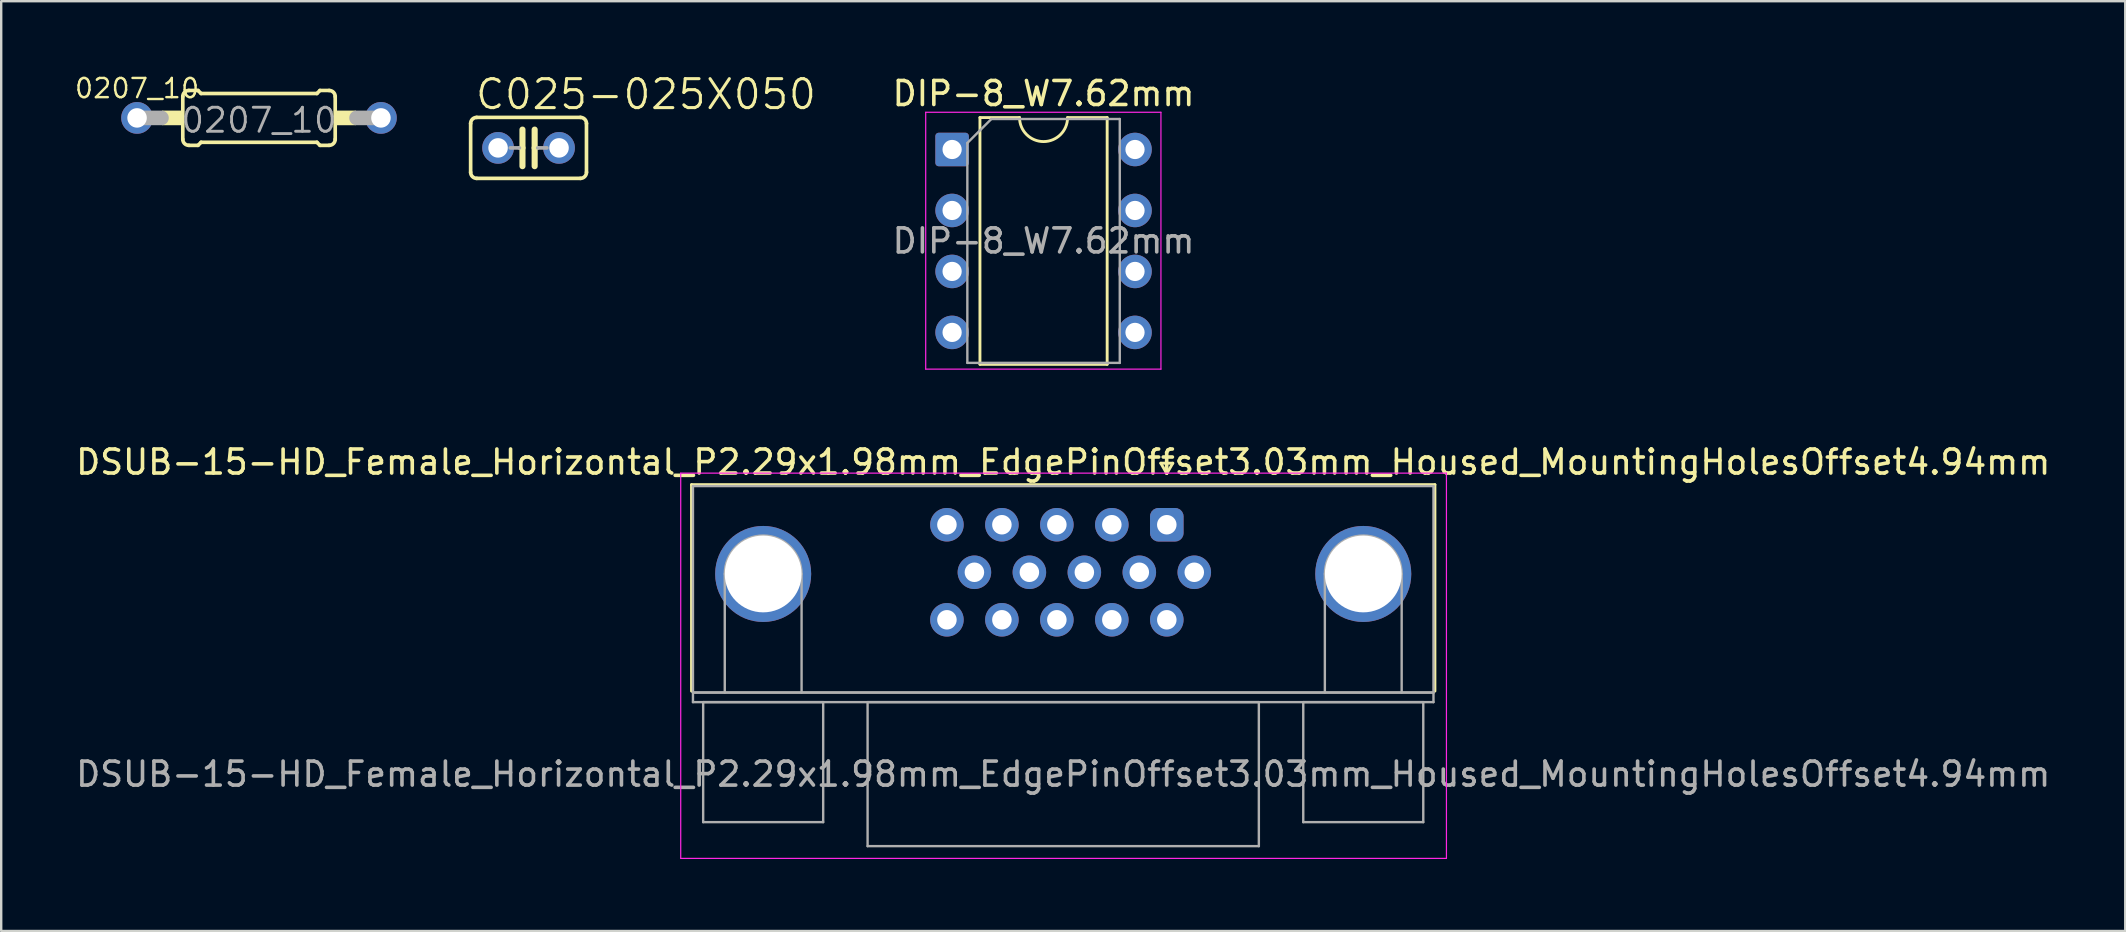
<source format=kicad_pcb>
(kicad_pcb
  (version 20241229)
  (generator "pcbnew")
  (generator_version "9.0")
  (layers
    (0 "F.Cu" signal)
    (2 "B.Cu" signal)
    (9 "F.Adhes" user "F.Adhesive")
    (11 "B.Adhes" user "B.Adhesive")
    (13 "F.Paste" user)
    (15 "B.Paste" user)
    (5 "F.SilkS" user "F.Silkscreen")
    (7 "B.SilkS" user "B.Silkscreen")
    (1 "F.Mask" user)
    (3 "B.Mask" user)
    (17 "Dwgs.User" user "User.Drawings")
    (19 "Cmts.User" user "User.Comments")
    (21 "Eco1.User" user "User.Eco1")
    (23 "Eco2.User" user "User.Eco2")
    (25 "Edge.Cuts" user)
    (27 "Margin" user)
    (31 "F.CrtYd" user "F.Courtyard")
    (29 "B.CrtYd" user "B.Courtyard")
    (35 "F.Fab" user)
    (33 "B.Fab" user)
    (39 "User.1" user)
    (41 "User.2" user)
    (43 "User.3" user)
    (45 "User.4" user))
  (footprint "DSUB-15-HD_Female_Horizontal_P2.29x1.98mm_EdgePinOffset3.03mm_Housed_MountingHolesOffset4.94mm"
    (layer "F.Cu")
    (at 45.559 18.811)
    (property "Reference" "DSUB-15-HD_Female_Horizontal_P2.29x1.98mm_EdgePinOffset3.03mm_Housed_MountingHolesOffset4.94mm" (at -4.315 -2.61 0) (layer "F.SilkS") (effects (font (size 1 1) (thickness 0.15))))
    (attr through_hole)
    (fp_line (start -19.8 -1.67) (end 11.17 -1.67) (stroke (width 0.12) (type solid)) (layer "F.SilkS"))
    (fp_line (start -19.8 6.93) (end -19.8 -1.67) (stroke (width 0.12) (type solid)) (layer "F.SilkS"))
    (fp_line (start -0.25 -2.564) (end 0.25 -2.564) (stroke (width 0.12) (type solid)) (layer "F.SilkS"))
    (fp_line (start 0 -2.131) (end -0.25 -2.564) (stroke (width 0.12) (type solid)) (layer "F.SilkS"))
    (fp_line (start 0.25 -2.564) (end 0 -2.131) (stroke (width 0.12) (type solid)) (layer "F.SilkS"))
    (fp_line (start 11.17 -1.67) (end 11.17 6.93) (stroke (width 0.12) (type solid)) (layer "F.SilkS"))
    (fp_line (start -20.25 -2.15) (end -20.25 13.9) (stroke (width 0.05) (type solid)) (layer "F.CrtYd"))
    (fp_line (start -20.25 13.9) (end 11.65 13.9) (stroke (width 0.05) (type solid)) (layer "F.CrtYd"))
    (fp_line (start 11.65 -2.15) (end -20.25 -2.15) (stroke (width 0.05) (type solid)) (layer "F.CrtYd"))
    (fp_line (start 11.65 13.9) (end 11.65 -2.15) (stroke (width 0.05) (type solid)) (layer "F.CrtYd"))
    (fp_line (start -19.74 -1.61) (end -19.74 6.99) (stroke (width 0.1) (type solid)) (layer "F.Fab"))
    (fp_line (start -19.74 6.99) (end -19.74 7.39) (stroke (width 0.1) (type solid)) (layer "F.Fab"))
    (fp_line (start -19.74 6.99) (end 11.11 6.99) (stroke (width 0.1) (type solid)) (layer "F.Fab"))
    (fp_line (start -19.74 7.39) (end 11.11 7.39) (stroke (width 0.1) (type solid)) (layer "F.Fab"))
    (fp_line (start -19.315 7.39) (end -19.315 12.39) (stroke (width 0.1) (type solid)) (layer "F.Fab"))
    (fp_line (start -19.315 12.39) (end -14.315 12.39) (stroke (width 0.1) (type solid)) (layer "F.Fab"))
    (fp_line (start -18.415 6.99) (end -18.415 2.05) (stroke (width 0.1) (type solid)) (layer "F.Fab"))
    (fp_line (start -15.215 6.99) (end -15.215 2.05) (stroke (width 0.1) (type solid)) (layer "F.Fab"))
    (fp_line (start -14.315 7.39) (end -19.315 7.39) (stroke (width 0.1) (type solid)) (layer "F.Fab"))
    (fp_line (start -14.315 12.39) (end -14.315 7.39) (stroke (width 0.1) (type solid)) (layer "F.Fab"))
    (fp_line (start -12.465 7.39) (end -12.465 13.39) (stroke (width 0.1) (type solid)) (layer "F.Fab"))
    (fp_line (start -12.465 13.39) (end 3.835 13.39) (stroke (width 0.1) (type solid)) (layer "F.Fab"))
    (fp_line (start 3.835 7.39) (end -12.465 7.39) (stroke (width 0.1) (type solid)) (layer "F.Fab"))
    (fp_line (start 3.835 13.39) (end 3.835 7.39) (stroke (width 0.1) (type solid)) (layer "F.Fab"))
    (fp_line (start 5.685 7.39) (end 5.685 12.39) (stroke (width 0.1) (type solid)) (layer "F.Fab"))
    (fp_line (start 5.685 12.39) (end 10.685 12.39) (stroke (width 0.1) (type solid)) (layer "F.Fab"))
    (fp_line (start 6.585 6.99) (end 6.585 2.05) (stroke (width 0.1) (type solid)) (layer "F.Fab"))
    (fp_line (start 9.785 6.99) (end 9.785 2.05) (stroke (width 0.1) (type solid)) (layer "F.Fab"))
    (fp_line (start 10.685 7.39) (end 5.685 7.39) (stroke (width 0.1) (type solid)) (layer "F.Fab"))
    (fp_line (start 10.685 12.39) (end 10.685 7.39) (stroke (width 0.1) (type solid)) (layer "F.Fab"))
    (fp_line (start 11.11 -1.61) (end -19.74 -1.61) (stroke (width 0.1) (type solid)) (layer "F.Fab"))
    (fp_line (start 11.11 6.99) (end -19.74 6.99) (stroke (width 0.1) (type solid)) (layer "F.Fab"))
    (fp_line (start 11.11 6.99) (end 11.11 -1.61) (stroke (width 0.1) (type solid)) (layer "F.Fab"))
    (fp_line (start 11.11 7.39) (end 11.11 6.99) (stroke (width 0.1) (type solid)) (layer "F.Fab"))
    (fp_arc (start -18.415 2.05) (mid -16.815 0.45) (end -15.215 2.05) (stroke (width 0.1) (type solid)) (layer "F.Fab"))
    (fp_arc (start 6.585 2.05) (mid 8.185 0.45) (end 9.785 2.05) (stroke (width 0.1) (type solid)) (layer "F.Fab"))
    (fp_text user "${REFERENCE}" (at -4.315 10.39 0) (layer "F.Fab") (effects (font (size 1 1) (thickness 0.15))))
    (pad "0" thru_hole circle (at -16.815 2.05) (size 4 4) (drill 3.2) (layers "*.Cu" "*.Mask"))
    (pad "0" thru_hole circle (at 8.185 2.05) (size 4 4) (drill 3.2) (layers "*.Cu" "*.Mask"))
    (pad "1" thru_hole roundrect (at 0 0) (size 1.397 1.397) (drill 0.813) (layers "*.Cu" "*.Mask") (roundrect_rratio 0.25))
    (pad "2" thru_hole circle (at -2.29 0) (size 1.397 1.397) (drill 0.813) (layers "*.Cu" "*.Mask"))
    (pad "3" thru_hole circle (at -4.58 0) (size 1.397 1.397) (drill 0.813) (layers "*.Cu" "*.Mask"))
    (pad "4" thru_hole circle (at -6.87 0) (size 1.397 1.397) (drill 0.813) (layers "*.Cu" "*.Mask"))
    (pad "5" thru_hole circle (at -9.16 0) (size 1.397 1.397) (drill 0.813) (layers "*.Cu" "*.Mask"))
    (pad "6" thru_hole circle (at 1.145 1.98) (size 1.397 1.397) (drill 0.813) (layers "*.Cu" "*.Mask"))
    (pad "7" thru_hole circle (at -1.145 1.98) (size 1.397 1.397) (drill 0.813) (layers "*.Cu" "*.Mask"))
    (pad "8" thru_hole circle (at -3.435 1.98) (size 1.397 1.397) (drill 0.813) (layers "*.Cu" "*.Mask"))
    (pad "9" thru_hole circle (at -5.725 1.98) (size 1.397 1.397) (drill 0.813) (layers "*.Cu" "*.Mask"))
    (pad "10" thru_hole circle (at -8.015 1.98) (size 1.397 1.397) (drill 0.813) (layers "*.Cu" "*.Mask"))
    (pad "11" thru_hole circle (at 0 3.96) (size 1.397 1.397) (drill 0.813) (layers "*.Cu" "*.Mask"))
    (pad "12" thru_hole circle (at -2.29 3.96) (size 1.397 1.397) (drill 0.813) (layers "*.Cu" "*.Mask"))
    (pad "13" thru_hole circle (at -4.58 3.96) (size 1.397 1.397) (drill 0.813) (layers "*.Cu" "*.Mask"))
    (pad "14" thru_hole circle (at -6.87 3.96) (size 1.397 1.397) (drill 0.813) (layers "*.Cu" "*.Mask"))
    (pad "15" thru_hole circle (at -9.16 3.96) (size 1.397 1.397) (drill 0.813) (layers "*.Cu" "*.Mask")))
  (footprint "DIP-8_W7.62mm"
    (layer "F.Cu")
    (at 36.615 3.178)
    (property "Reference" "DIP-8_W7.62mm" (at 3.81 -2.33 0) (layer "F.SilkS") (effects (font (size 1 1) (thickness 0.15))))
    (attr through_hole)
    (fp_line (start 1.16 -1.33) (end 1.16 8.95) (stroke (width 0.12) (type solid)) (layer "F.SilkS"))
    (fp_line (start 1.16 8.95) (end 6.46 8.95) (stroke (width 0.12) (type solid)) (layer "F.SilkS"))
    (fp_line (start 2.81 -1.33) (end 1.16 -1.33) (stroke (width 0.12) (type solid)) (layer "F.SilkS"))
    (fp_line (start 6.46 -1.33) (end 4.81 -1.33) (stroke (width 0.12) (type solid)) (layer "F.SilkS"))
    (fp_line (start 6.46 8.95) (end 6.46 -1.33) (stroke (width 0.12) (type solid)) (layer "F.SilkS"))
    (fp_arc (start 4.81 -1.33) (mid 3.81 -0.33) (end 2.81 -1.33) (stroke (width 0.12) (type solid)) (layer "F.SilkS"))
    (fp_line (start -1.1 -1.55) (end -1.1 9.15) (stroke (width 0.05) (type solid)) (layer "F.CrtYd"))
    (fp_line (start -1.1 9.15) (end 8.7 9.15) (stroke (width 0.05) (type solid)) (layer "F.CrtYd"))
    (fp_line (start 8.7 -1.55) (end -1.1 -1.55) (stroke (width 0.05) (type solid)) (layer "F.CrtYd"))
    (fp_line (start 8.7 9.15) (end 8.7 -1.55) (stroke (width 0.05) (type solid)) (layer "F.CrtYd"))
    (fp_line (start 0.635 -0.27) (end 1.635 -1.27) (stroke (width 0.1) (type solid)) (layer "F.Fab"))
    (fp_line (start 0.635 8.89) (end 0.635 -0.27) (stroke (width 0.1) (type solid)) (layer "F.Fab"))
    (fp_line (start 1.635 -1.27) (end 6.985 -1.27) (stroke (width 0.1) (type solid)) (layer "F.Fab"))
    (fp_line (start 6.985 -1.27) (end 6.985 8.89) (stroke (width 0.1) (type solid)) (layer "F.Fab"))
    (fp_line (start 6.985 8.89) (end 0.635 8.89) (stroke (width 0.1) (type solid)) (layer "F.Fab"))
    (fp_text user "${REFERENCE}" (at 3.81 3.81 0) (layer "F.Fab") (effects (font (size 1 1) (thickness 0.15))))
    (pad "1" thru_hole roundrect (at 0 0) (size 1.397 1.397) (drill 0.8) (layers "*.Cu" "*.Mask") (roundrect_rratio 0.1))
    (pad "2" thru_hole circle (at 0 2.54) (size 1.397 1.397) (drill 0.8) (layers "*.Cu" "*.Mask"))
    (pad "3" thru_hole circle (at 0 5.08) (size 1.397 1.397) (drill 0.8) (layers "*.Cu" "*.Mask"))
    (pad "4" thru_hole circle (at 0 7.62) (size 1.397 1.397) (drill 0.8) (layers "*.Cu" "*.Mask"))
    (pad "5" thru_hole circle (at 7.62 7.62) (size 1.397 1.397) (drill 0.8) (layers "*.Cu" "*.Mask"))
    (pad "6" thru_hole circle (at 7.62 5.08) (size 1.397 1.397) (drill 0.8) (layers "*.Cu" "*.Mask"))
    (pad "7" thru_hole circle (at 7.62 2.54) (size 1.397 1.397) (drill 0.8) (layers "*.Cu" "*.Mask"))
    (pad "8" thru_hole circle (at 7.62 0) (size 1.397 1.397) (drill 0.8) (layers "*.Cu" "*.Mask")))
  (footprint "0207_10"
    (layer "F.Cu")
    (at 7.74 1.862)
    (property "Reference" "0207_10" (at -5.08 -0.762 0) (unlocked yes) (layer "F.SilkS") (effects (font (size 0.8 0.8) (thickness 0.1)) (justify bottom)))
    (attr through_hole)
    (fp_line (start -3.175 0.889) (end -3.175 -0.889) (stroke (width 0.152) (type solid)) (layer "F.SilkS"))
    (fp_line (start -2.921 -1.143) (end -2.54 -1.143) (stroke (width 0.152) (type solid)) (layer "F.SilkS"))
    (fp_line (start -2.921 1.143) (end -2.54 1.143) (stroke (width 0.152) (type solid)) (layer "F.SilkS"))
    (fp_line (start -2.413 -1.016) (end -2.54 -1.143) (stroke (width 0.152) (type solid)) (layer "F.SilkS"))
    (fp_line (start -2.413 1.016) (end -2.54 1.143) (stroke (width 0.152) (type solid)) (layer "F.SilkS"))
    (fp_line (start 2.413 -1.016) (end -2.413 -1.016) (stroke (width 0.152) (type solid)) (layer "F.SilkS"))
    (fp_line (start 2.413 -1.016) (end 2.54 -1.143) (stroke (width 0.152) (type solid)) (layer "F.SilkS"))
    (fp_line (start 2.413 1.016) (end -2.413 1.016) (stroke (width 0.152) (type solid)) (layer "F.SilkS"))
    (fp_line (start 2.413 1.016) (end 2.54 1.143) (stroke (width 0.152) (type solid)) (layer "F.SilkS"))
    (fp_line (start 2.921 -1.143) (end 2.54 -1.143) (stroke (width 0.152) (type solid)) (layer "F.SilkS"))
    (fp_line (start 2.921 1.143) (end 2.54 1.143) (stroke (width 0.152) (type solid)) (layer "F.SilkS"))
    (fp_line (start 3.175 0.889) (end 3.175 -0.889) (stroke (width 0.152) (type solid)) (layer "F.SilkS"))
    (fp_arc (start -3.175 -0.889) (mid -3.100605 -1.068605) (end -2.921 -1.143) (stroke (width 0.1524) (type solid)) (layer "F.SilkS"))
    (fp_arc (start -2.921 1.143) (mid -3.100605 1.068605) (end -3.175 0.889) (stroke (width 0.1524) (type solid)) (layer "F.SilkS"))
    (fp_arc (start 2.921 -1.143) (mid 3.100605 -1.068605) (end 3.175 -0.889) (stroke (width 0.1524) (type solid)) (layer "F.SilkS"))
    (fp_arc (start 3.175 0.889) (mid 3.100605 1.068605) (end 2.921 1.143) (stroke (width 0.1524) (type solid)) (layer "F.SilkS"))
    (fp_poly (pts (xy -4.039 0.305) (xy -3.175 0.305) (xy -3.175 -0.305) (xy -4.039 -0.305)) (stroke (width 0) (type solid)) (fill yes) (layer "F.SilkS"))
    (fp_poly (pts (xy 3.175 0.305) (xy 4.039 0.305) (xy 4.039 -0.305) (xy 3.175 -0.305)) (stroke (width 0) (type solid)) (fill yes) (layer "F.SilkS"))
    (fp_line (start -5.08 0) (end -4.064 0) (stroke (width 0.61) (type solid)) (layer "F.Fab"))
    (fp_line (start 5.08 0) (end 4.064 0) (stroke (width 0.61) (type solid)) (layer "F.Fab"))
    (fp_text user "${REFERENCE}" (at 0 0.1 0) (layer "F.Fab") (effects (font (size 1 1) (thickness 0.12))))
    (pad "1" thru_hole circle (at -5.08 0) (size 1.321 1.321) (drill 0.813) (layers "*.Cu" "*.Mask"))
    (pad "2" thru_hole circle (at 5.08 0) (size 1.321 1.321) (drill 0.813) (layers "*.Cu" "*.Mask")))
  (footprint "C025-025X050"
    (layer "F.Cu")
    (at 18.97 3.111)
    (property "Reference" "C025-025X050" (at -2.286 -1.524 0) (layer "F.SilkS") (effects (font (size 1.206 1.206) (thickness 0.127)) (justify left bottom)))
    (attr through_hole)
    (fp_line (start -2.413 -1.016) (end -2.413 1.016) (stroke (width 0.152) (type solid)) (layer "F.SilkS"))
    (fp_line (start -2.159 -1.27) (end 2.159 -1.27) (stroke (width 0.152) (type solid)) (layer "F.SilkS"))
    (fp_line (start -0.254 -0.762) (end -0.254 0) (stroke (width 0.254) (type solid)) (layer "F.SilkS"))
    (fp_line (start -0.254 0) (end -0.381 0) (stroke (width 0.152) (type solid)) (layer "F.SilkS"))
    (fp_line (start -0.254 0) (end -0.254 0.762) (stroke (width 0.254) (type solid)) (layer "F.SilkS"))
    (fp_line (start 0.254 0) (end 0.254 -0.762) (stroke (width 0.254) (type solid)) (layer "F.SilkS"))
    (fp_line (start 0.254 0) (end 0.254 0.762) (stroke (width 0.254) (type solid)) (layer "F.SilkS"))
    (fp_line (start 0.381 0) (end 0.254 0) (stroke (width 0.152) (type solid)) (layer "F.SilkS"))
    (fp_line (start 2.159 1.27) (end -2.159 1.27) (stroke (width 0.152) (type solid)) (layer "F.SilkS"))
    (fp_line (start 2.413 -1.016) (end 2.413 1.016) (stroke (width 0.152) (type solid)) (layer "F.SilkS"))
    (fp_arc (start -2.413 -1.016) (mid -2.338605 -1.195605) (end -2.159 -1.27) (stroke (width 0.1524) (type solid)) (layer "F.SilkS"))
    (fp_arc (start -2.159 1.27) (mid -2.338605 1.195605) (end -2.413 1.016) (stroke (width 0.1524) (type solid)) (layer "F.SilkS"))
    (fp_arc (start 2.159 -1.27) (mid 2.338605 -1.195605) (end 2.413 -1.016) (stroke (width 0.1524) (type solid)) (layer "F.SilkS"))
    (fp_arc (start 2.413 1.016) (mid 2.338605 1.195605) (end 2.159 1.27) (stroke (width 0.1524) (type solid)) (layer "F.SilkS"))
    (fp_line (start -0.381 0) (end -0.762 0) (stroke (width 0.152) (type solid)) (layer "F.Fab"))
    (fp_line (start 0.762 0) (end 0.381 0) (stroke (width 0.152) (type solid)) (layer "F.Fab"))
    (pad "1" thru_hole circle (at -1.27 0) (size 1.321 1.321) (drill 0.813) (layers "*.Cu" "*.Mask"))
    (pad "2" thru_hole circle (at 1.27 0) (size 1.321 1.321) (drill 0.813) (layers "*.Cu" "*.Mask")))
  (gr_rect
    (start -3 -3)
    (end 85.488 35.736)
    (stroke (width 0.1) (type default))
    (fill no)
    (layer "Edge.Cuts")))
</source>
